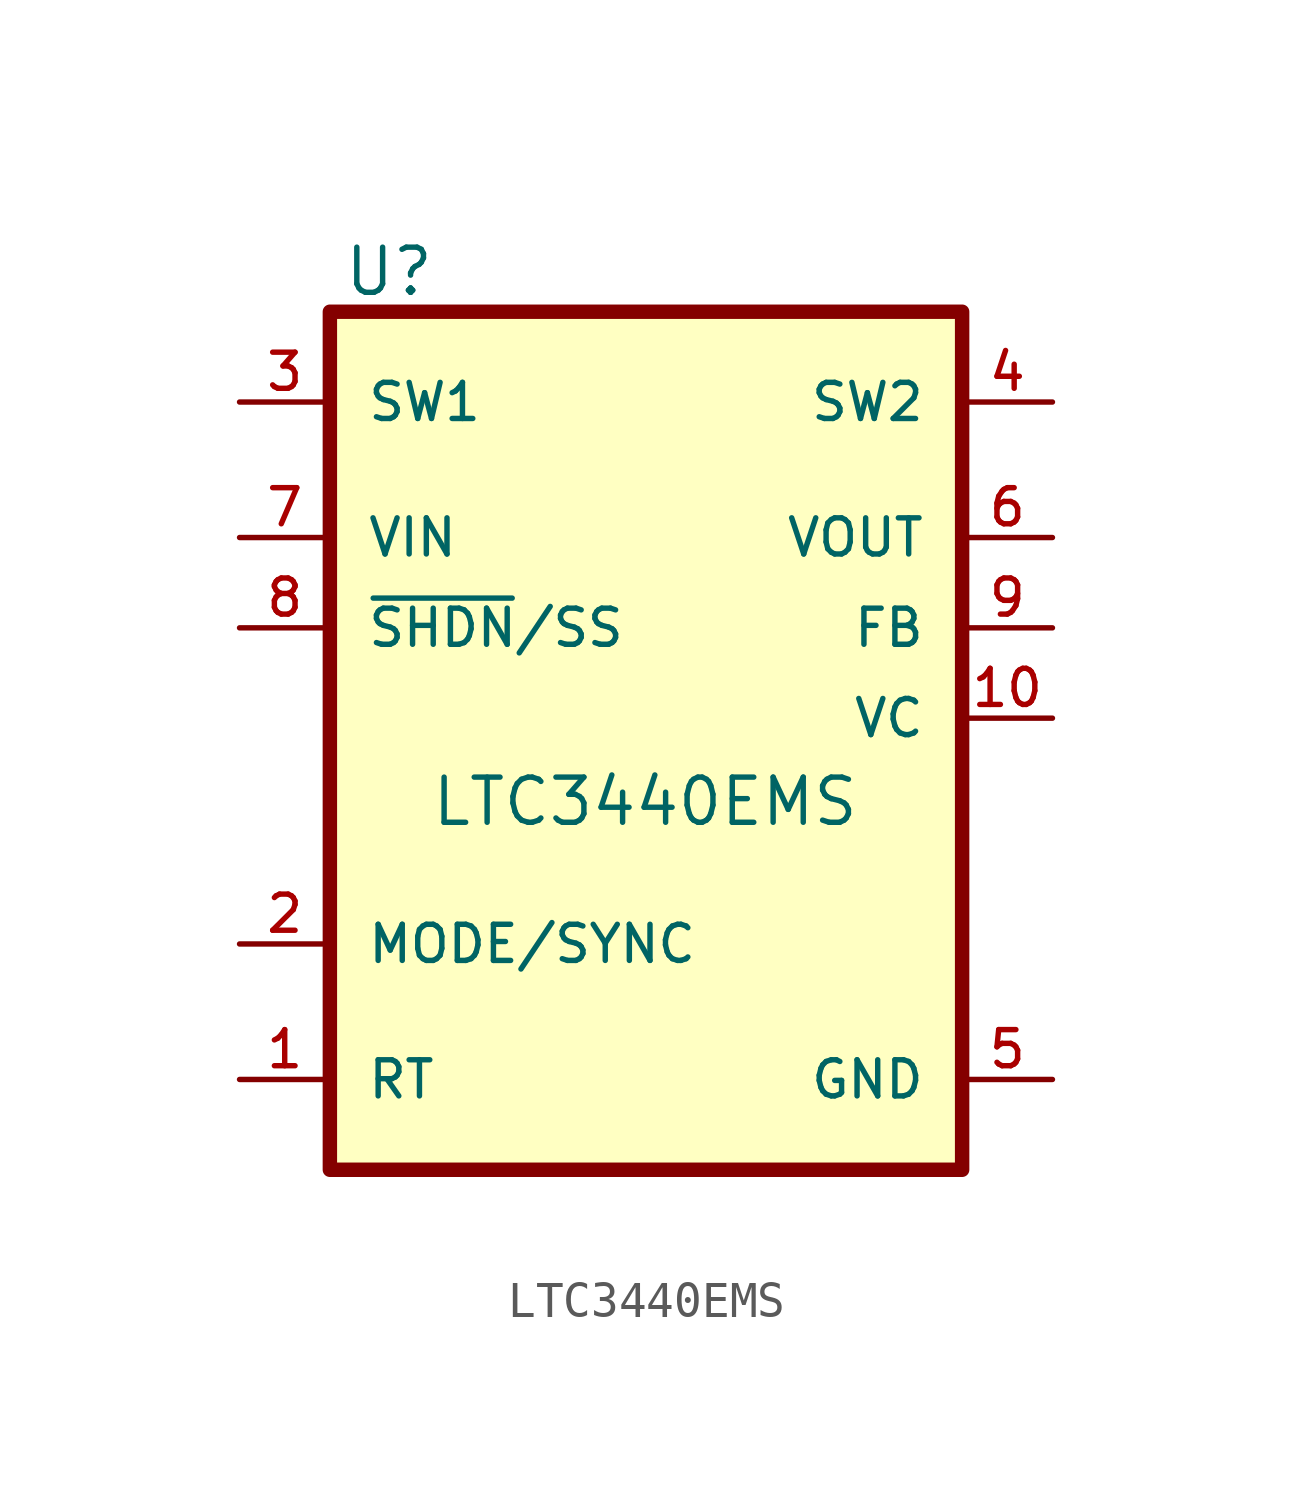
<source format=kicad_sym>
(kicad_symbol_lib
  (version 20211014)
  (generator kicad_symbol_editor)
  (symbol "LTC3440EMS"
    (pin_names
      (offset 1.016))
    (property "Reference" "U"
      (at -8.535 13.082 0)
      (effects (font (size 1.27 1.27)) (justify left bottom)))
    (property "Value" "LTC3440EMS"
      (at -6.08 -1.821 0)
      (effects (font (size 1.27 1.27)) (justify left bottom)))
    (symbol "LTC3440EMS_0_0"
      (rectangle (start -8.89 12.7) (end 8.89 -11.43) (stroke (width 0.406) (type default) (color 0 0 0 0)) (fill (type background)))
      (pin passive line (at -11.43 -8.89 0) (length 2.54) (name "RT" (effects (font (size 1.016 1.016)))) (number "1" (effects (font (size 1.016 1.016)))))
      (pin output line (at 11.43 1.27 180) (length 2.54) (name "VC" (effects (font (size 1.016 1.016)))) (number "10" (effects (font (size 1.016 1.016)))))
      (pin input line (at -11.43 -5.08 0) (length 2.54) (name "MODE/SYNC" (effects (font (size 1.016 1.016)))) (number "2" (effects (font (size 1.016 1.016)))))
      (pin passive line (at -11.43 10.16 0) (length 2.54) (name "SW1" (effects (font (size 1.016 1.016)))) (number "3" (effects (font (size 1.016 1.016)))))
      (pin passive line (at 11.43 10.16 180) (length 2.54) (name "SW2" (effects (font (size 1.016 1.016)))) (number "4" (effects (font (size 1.016 1.016)))))
      (pin passive line (at 11.43 -8.89 180) (length 2.54) (name "GND" (effects (font (size 1.016 1.016)))) (number "5" (effects (font (size 1.016 1.016)))))
      (pin power_out line (at 11.43 6.35 180) (length 2.54) (name "VOUT" (effects (font (size 1.016 1.016)))) (number "6" (effects (font (size 1.016 1.016)))))
      (pin power_in line (at -11.43 6.35 0) (length 2.54) (name "VIN" (effects (font (size 1.016 1.016)))) (number "7" (effects (font (size 1.016 1.016)))))
      (pin input line (at -11.43 3.81 0) (length 2.54) (name "~{SHDN}/SS" (effects (font (size 1.016 1.016)))) (number "8" (effects (font (size 1.016 1.016)))))
      (pin input line (at 11.43 3.81 180) (length 2.54) (name "FB" (effects (font (size 1.016 1.016)))) (number "9" (effects (font (size 1.016 1.016))))))))
</source>
